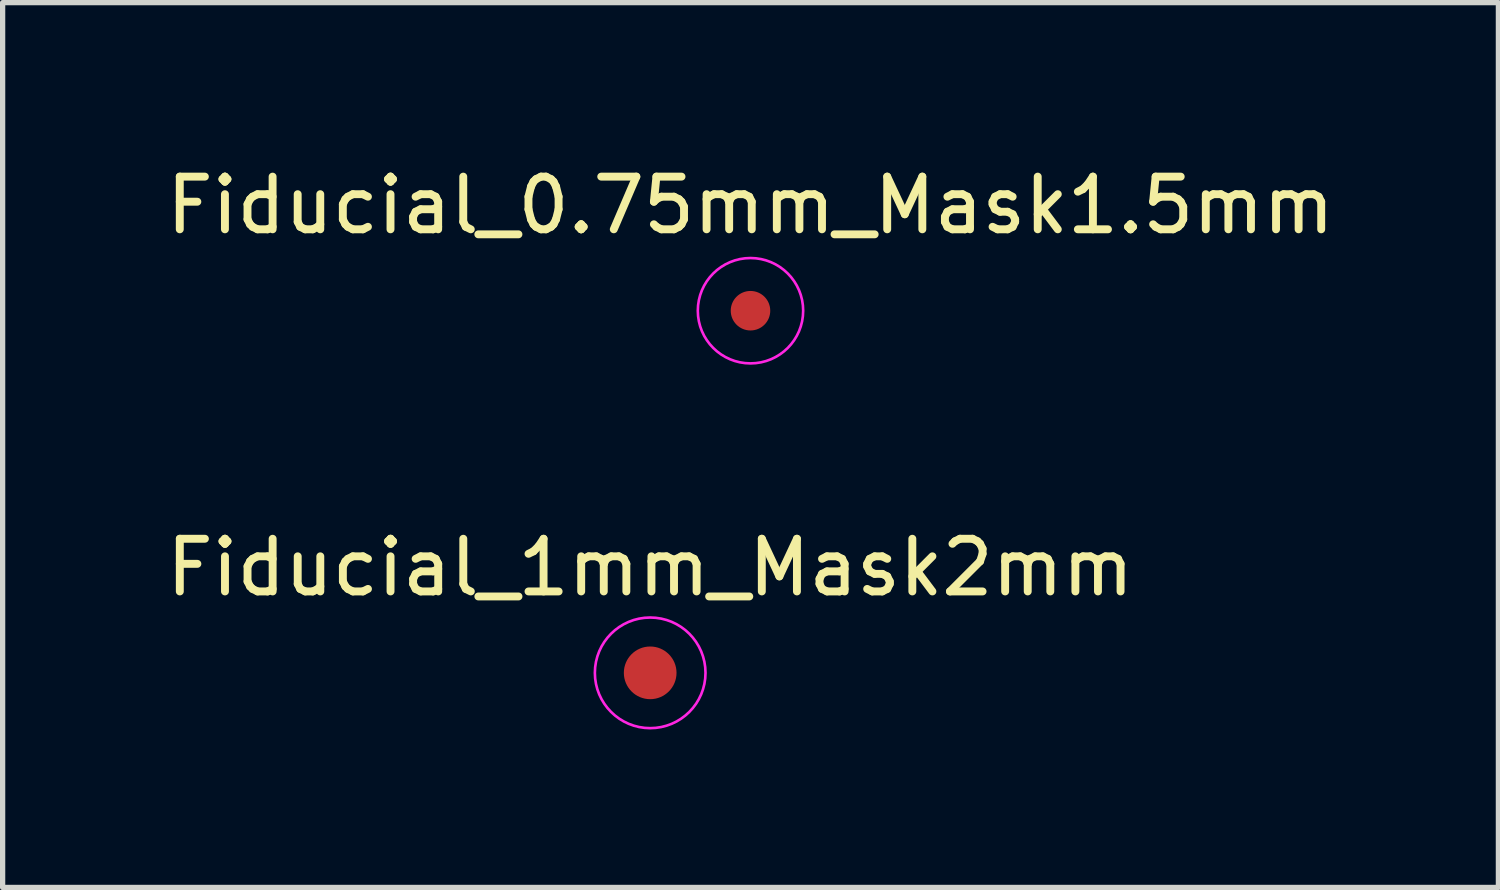
<source format=kicad_pcb>
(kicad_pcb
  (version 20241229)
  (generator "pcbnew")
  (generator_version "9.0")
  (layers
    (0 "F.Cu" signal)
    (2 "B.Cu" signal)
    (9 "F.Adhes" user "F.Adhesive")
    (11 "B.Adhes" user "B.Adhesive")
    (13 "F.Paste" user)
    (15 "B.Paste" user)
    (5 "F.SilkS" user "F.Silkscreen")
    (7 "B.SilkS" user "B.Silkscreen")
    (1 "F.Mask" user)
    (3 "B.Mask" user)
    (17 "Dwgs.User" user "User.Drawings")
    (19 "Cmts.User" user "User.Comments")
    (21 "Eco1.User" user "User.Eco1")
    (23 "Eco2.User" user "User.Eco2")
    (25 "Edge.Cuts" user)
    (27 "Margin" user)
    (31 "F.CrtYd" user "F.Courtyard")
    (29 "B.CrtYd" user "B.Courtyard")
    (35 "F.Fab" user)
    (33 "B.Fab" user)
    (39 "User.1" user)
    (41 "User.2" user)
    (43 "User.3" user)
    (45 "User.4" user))
  (footprint "Fiducial_0.75mm_Mask1.5mm"
    (layer "F.Cu")
    (at 11.196 2.848)
    (property "Reference" "Fiducial_0.75mm_Mask1.5mm" (at 0 -2 0) (layer "F.SilkS") (effects (font (size 1 1) (thickness 0.15))))
    (attr smd exclude_from_bom allow_missing_courtyard)
    (fp_circle (center 0 0) (end 1 0) (stroke (width 0.05) (type solid)) (fill no) (layer "F.CrtYd"))
    (pad "" smd circle (at 0 0) (size 0.75 0.75) (property pad_prop_fiducial_glob) (layers "F.Cu" "F.Mask")))
  (footprint "Fiducial_1mm_Mask2mm"
    (layer "F.Cu")
    (at 9.292 9.722)
    (property "Reference" "Fiducial_1mm_Mask2mm" (at 0 -2 0) (layer "F.SilkS") (effects (font (size 1 1) (thickness 0.15))))
    (attr smd exclude_from_bom allow_missing_courtyard)
    (fp_circle (center 0 0) (end 1.05 0) (stroke (width 0.05) (type solid)) (fill no) (layer "F.CrtYd"))
    (pad "" smd circle (at 0 0) (size 1 1) (property pad_prop_fiducial_glob) (layers "F.Cu" "F.Mask")))
  (gr_rect
    (start -3 -3)
    (end 25.393 13.796)
    (stroke (width 0.1) (type default))
    (fill no)
    (layer "Edge.Cuts")))
</source>
